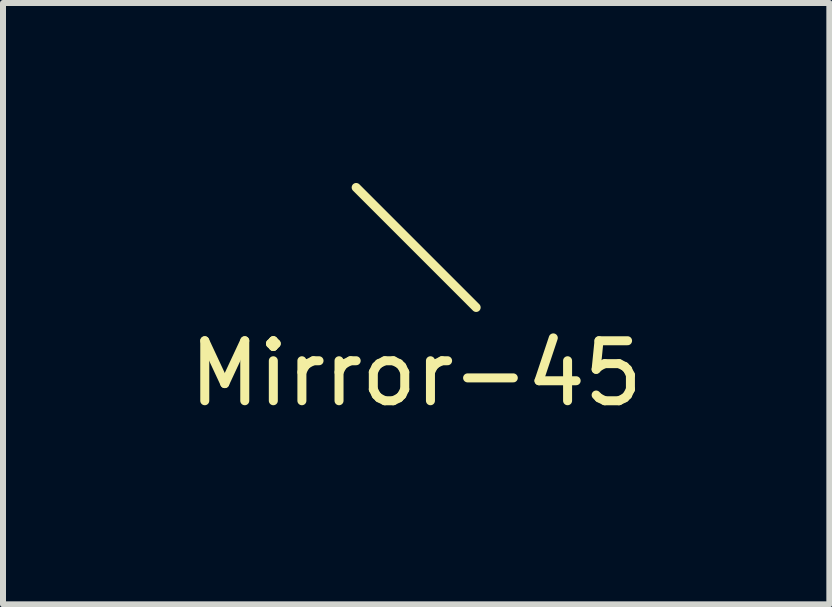
<source format=kicad_pcb>
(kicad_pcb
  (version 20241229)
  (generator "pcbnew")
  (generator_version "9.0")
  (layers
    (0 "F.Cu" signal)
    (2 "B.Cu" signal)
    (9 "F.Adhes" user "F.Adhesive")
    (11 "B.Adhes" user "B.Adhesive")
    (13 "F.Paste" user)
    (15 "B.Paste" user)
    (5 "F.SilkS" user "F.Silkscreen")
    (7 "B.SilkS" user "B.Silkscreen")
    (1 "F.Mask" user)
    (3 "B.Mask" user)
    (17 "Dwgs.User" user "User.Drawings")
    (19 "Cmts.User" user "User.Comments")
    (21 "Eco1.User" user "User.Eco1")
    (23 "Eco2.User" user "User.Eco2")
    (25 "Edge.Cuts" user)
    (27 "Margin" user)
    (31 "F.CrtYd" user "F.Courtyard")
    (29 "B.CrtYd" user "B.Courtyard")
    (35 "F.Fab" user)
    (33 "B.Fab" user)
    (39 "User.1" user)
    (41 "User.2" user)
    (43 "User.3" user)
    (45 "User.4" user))
  (footprint "Mirror-45"
    (layer "F.Cu")
    (at 3.887 1.075)
    (property "Reference" "Mirror-45" (at 0 2.1 0) (layer "F.SilkS") (effects (font (size 1 1) (thickness 0.15))))
    (attr through_hole)
    (fp_line (start -1 -1) (end 1 1) (stroke (width 0.15) (type solid)) (layer "F.SilkS")))
  (gr_rect
    (start -3 -3)
    (end 10.774 7.023)
    (stroke (width 0.1) (type default))
    (fill no)
    (layer "Edge.Cuts")))
</source>
